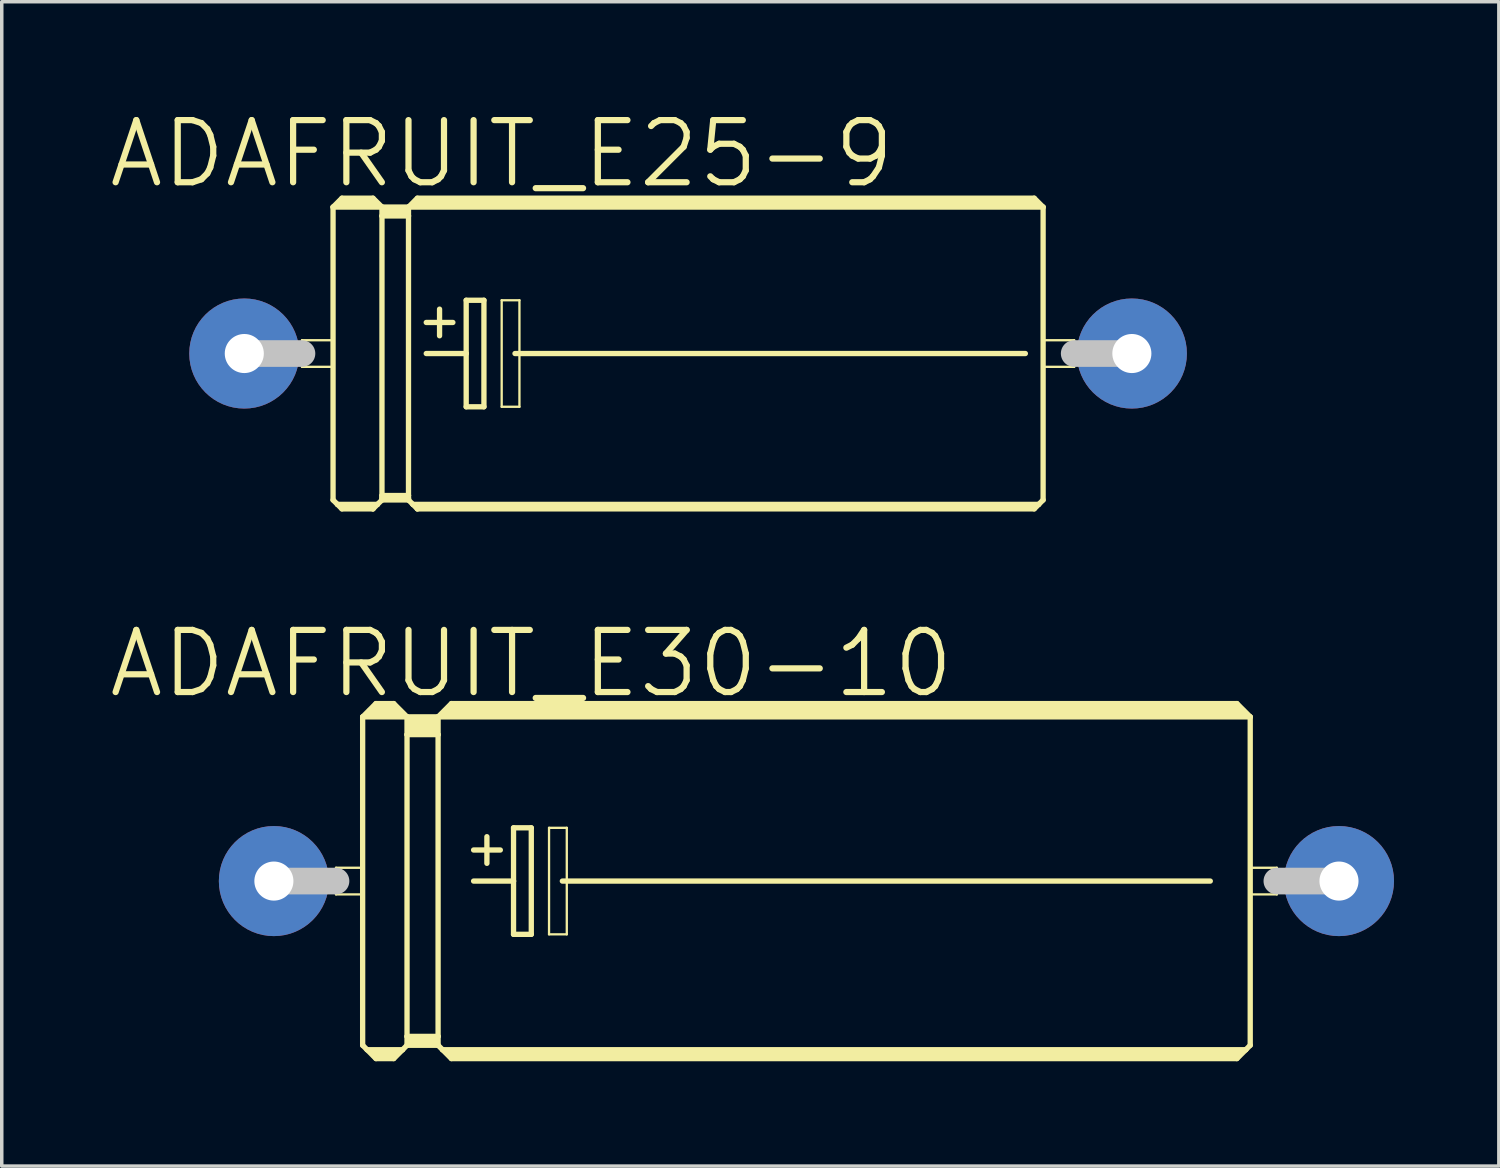
<source format=kicad_pcb>
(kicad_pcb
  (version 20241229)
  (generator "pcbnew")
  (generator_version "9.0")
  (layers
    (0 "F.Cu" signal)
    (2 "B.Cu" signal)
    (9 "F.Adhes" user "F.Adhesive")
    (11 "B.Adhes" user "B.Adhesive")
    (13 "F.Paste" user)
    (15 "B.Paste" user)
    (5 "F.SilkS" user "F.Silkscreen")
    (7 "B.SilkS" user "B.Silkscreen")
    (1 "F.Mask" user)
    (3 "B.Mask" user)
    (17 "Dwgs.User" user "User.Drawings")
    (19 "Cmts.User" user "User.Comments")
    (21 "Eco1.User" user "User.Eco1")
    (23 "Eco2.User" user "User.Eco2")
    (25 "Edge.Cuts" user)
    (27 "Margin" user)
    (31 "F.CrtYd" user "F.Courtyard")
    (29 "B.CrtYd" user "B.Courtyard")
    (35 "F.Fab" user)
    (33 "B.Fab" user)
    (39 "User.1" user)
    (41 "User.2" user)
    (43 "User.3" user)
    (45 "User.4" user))
  (footprint "ADAFRUIT_E30-10"
    (layer "F.Cu")
    (at 20.028 22.164)
    (property "Reference" "ADAFRUIT_E30-10" (at -7.874 -6.223 0) (layer "F.SilkS") (effects (font (size 1.778 1.778) (thickness 0.178))))
    (attr exclude_from_pos_files exclude_from_bom)
    (fp_line (start -13.462 -0.381) (end -12.7 -0.381) (stroke (width 0.066) (type solid)) (layer "F.SilkS"))
    (fp_line (start -13.462 0.381) (end -13.462 -0.381) (stroke (width 0.066) (type solid)) (layer "F.SilkS"))
    (fp_line (start -13.462 0.381) (end -12.7 0.381) (stroke (width 0.066) (type solid)) (layer "F.SilkS"))
    (fp_line (start -12.7 -4.699) (end -12.7 4.699) (stroke (width 0.152) (type solid)) (layer "F.SilkS"))
    (fp_line (start -12.7 -4.699) (end -12.319 -5.08) (stroke (width 0.152) (type solid)) (layer "F.SilkS"))
    (fp_line (start -12.7 -4.699) (end -11.43 -4.699) (stroke (width 0.152) (type solid)) (layer "F.SilkS"))
    (fp_line (start -12.7 0.381) (end -12.7 -0.381) (stroke (width 0.066) (type solid)) (layer "F.SilkS"))
    (fp_line (start -12.7 4.699) (end -12.573 4.826) (stroke (width 0.152) (type solid)) (layer "F.SilkS"))
    (fp_line (start -12.573 4.826) (end -12.319 5.08) (stroke (width 0.152) (type solid)) (layer "F.SilkS"))
    (fp_line (start -12.573 4.826) (end -11.557 4.826) (stroke (width 0.152) (type solid)) (layer "F.SilkS"))
    (fp_line (start -12.446 -4.826) (end -11.684 -4.826) (stroke (width 0.305) (type solid)) (layer "F.SilkS"))
    (fp_line (start -12.319 -5.08) (end -11.811 -5.08) (stroke (width 0.152) (type solid)) (layer "F.SilkS"))
    (fp_line (start -12.319 -4.953) (end -11.811 -4.953) (stroke (width 0.305) (type solid)) (layer "F.SilkS"))
    (fp_line (start -12.319 4.953) (end -11.811 4.953) (stroke (width 0.305) (type solid)) (layer "F.SilkS"))
    (fp_line (start -12.319 5.08) (end -11.811 5.08) (stroke (width 0.152) (type solid)) (layer "F.SilkS"))
    (fp_line (start -11.557 4.826) (end -11.811 5.08) (stroke (width 0.152) (type solid)) (layer "F.SilkS"))
    (fp_line (start -11.43 -4.699) (end -11.811 -5.08) (stroke (width 0.152) (type solid)) (layer "F.SilkS"))
    (fp_line (start -11.43 -4.699) (end -11.43 -4.191) (stroke (width 0.152) (type solid)) (layer "F.SilkS"))
    (fp_line (start -11.43 -4.699) (end -10.541 -4.699) (stroke (width 0.152) (type solid)) (layer "F.SilkS"))
    (fp_line (start -11.43 -4.191) (end -11.43 4.445) (stroke (width 0.152) (type solid)) (layer "F.SilkS"))
    (fp_line (start -11.43 -4.191) (end -10.541 -4.191) (stroke (width 0.152) (type solid)) (layer "F.SilkS"))
    (fp_line (start -11.43 4.445) (end -11.43 4.699) (stroke (width 0.152) (type solid)) (layer "F.SilkS"))
    (fp_line (start -11.43 4.445) (end -10.541 4.445) (stroke (width 0.152) (type solid)) (layer "F.SilkS"))
    (fp_line (start -11.43 4.699) (end -11.557 4.826) (stroke (width 0.152) (type solid)) (layer "F.SilkS"))
    (fp_line (start -11.43 4.699) (end -10.541 4.699) (stroke (width 0.152) (type solid)) (layer "F.SilkS"))
    (fp_line (start -11.303 -4.572) (end -10.668 -4.572) (stroke (width 0.305) (type solid)) (layer "F.SilkS"))
    (fp_line (start -11.303 -4.318) (end -10.668 -4.318) (stroke (width 0.305) (type solid)) (layer "F.SilkS"))
    (fp_line (start -11.303 4.572) (end -10.668 4.572) (stroke (width 0.305) (type solid)) (layer "F.SilkS"))
    (fp_line (start -10.541 -4.699) (end -10.541 -4.191) (stroke (width 0.152) (type solid)) (layer "F.SilkS"))
    (fp_line (start -10.541 -4.699) (end -10.16 -5.08) (stroke (width 0.152) (type solid)) (layer "F.SilkS"))
    (fp_line (start -10.541 -4.699) (end 12.7 -4.699) (stroke (width 0.152) (type solid)) (layer "F.SilkS"))
    (fp_line (start -10.541 -4.191) (end -10.541 4.445) (stroke (width 0.152) (type solid)) (layer "F.SilkS"))
    (fp_line (start -10.541 4.445) (end -10.541 4.699) (stroke (width 0.152) (type solid)) (layer "F.SilkS"))
    (fp_line (start -10.414 4.826) (end -10.541 4.699) (stroke (width 0.152) (type solid)) (layer "F.SilkS"))
    (fp_line (start -10.414 4.826) (end 12.573 4.826) (stroke (width 0.152) (type solid)) (layer "F.SilkS"))
    (fp_line (start -10.287 -4.826) (end 12.446 -4.826) (stroke (width 0.305) (type solid)) (layer "F.SilkS"))
    (fp_line (start -10.16 -4.953) (end 12.319 -4.953) (stroke (width 0.305) (type solid)) (layer "F.SilkS"))
    (fp_line (start -10.16 4.953) (end 12.319 4.953) (stroke (width 0.305) (type solid)) (layer "F.SilkS"))
    (fp_line (start -10.16 5.08) (end -10.414 4.826) (stroke (width 0.152) (type solid)) (layer "F.SilkS"))
    (fp_line (start -9.525 -0.889) (end -8.76 -0.889) (stroke (width 0.152) (type solid)) (layer "F.SilkS"))
    (fp_line (start -9.525 0) (end -8.382 0) (stroke (width 0.152) (type solid)) (layer "F.SilkS"))
    (fp_line (start -9.144 -1.27) (end -9.144 -0.508) (stroke (width 0.152) (type solid)) (layer "F.SilkS"))
    (fp_line (start -8.382 -1.524) (end -8.382 0) (stroke (width 0.152) (type solid)) (layer "F.SilkS"))
    (fp_line (start -8.382 0) (end -8.382 1.524) (stroke (width 0.152) (type solid)) (layer "F.SilkS"))
    (fp_line (start -8.382 1.524) (end -7.874 1.524) (stroke (width 0.152) (type solid)) (layer "F.SilkS"))
    (fp_line (start -7.874 -1.524) (end -8.382 -1.524) (stroke (width 0.152) (type solid)) (layer "F.SilkS"))
    (fp_line (start -7.874 1.524) (end -7.874 -1.524) (stroke (width 0.152) (type solid)) (layer "F.SilkS"))
    (fp_line (start -7.366 -1.524) (end -6.858 -1.524) (stroke (width 0.066) (type solid)) (layer "F.SilkS"))
    (fp_line (start -7.366 1.524) (end -7.366 -1.524) (stroke (width 0.066) (type solid)) (layer "F.SilkS"))
    (fp_line (start -7.366 1.524) (end -6.858 1.524) (stroke (width 0.066) (type solid)) (layer "F.SilkS"))
    (fp_line (start -6.985 0) (end 11.557 0) (stroke (width 0.152) (type solid)) (layer "F.SilkS"))
    (fp_line (start -6.858 1.524) (end -6.858 -1.524) (stroke (width 0.066) (type solid)) (layer "F.SilkS"))
    (fp_line (start 12.319 -5.08) (end -10.16 -5.08) (stroke (width 0.152) (type solid)) (layer "F.SilkS"))
    (fp_line (start 12.319 5.08) (end -10.16 5.08) (stroke (width 0.152) (type solid)) (layer "F.SilkS"))
    (fp_line (start 12.573 4.826) (end 12.319 5.08) (stroke (width 0.152) (type solid)) (layer "F.SilkS"))
    (fp_line (start 12.7 -4.699) (end 12.319 -5.08) (stroke (width 0.152) (type solid)) (layer "F.SilkS"))
    (fp_line (start 12.7 -4.699) (end 12.7 4.699) (stroke (width 0.152) (type solid)) (layer "F.SilkS"))
    (fp_line (start 12.7 -0.381) (end 13.462 -0.381) (stroke (width 0.066) (type solid)) (layer "F.SilkS"))
    (fp_line (start 12.7 0.381) (end 12.7 -0.381) (stroke (width 0.066) (type solid)) (layer "F.SilkS"))
    (fp_line (start 12.7 0.381) (end 13.462 0.381) (stroke (width 0.066) (type solid)) (layer "F.SilkS"))
    (fp_line (start 12.7 4.699) (end 12.573 4.826) (stroke (width 0.152) (type solid)) (layer "F.SilkS"))
    (fp_line (start 13.462 0.381) (end 13.462 -0.381) (stroke (width 0.066) (type solid)) (layer "F.SilkS"))
    (fp_line (start -15.24 0) (end -13.462 0) (stroke (width 0.762) (type solid)) (layer "Dwgs.User"))
    (fp_line (start 15.24 0) (end 13.462 0) (stroke (width 0.762) (type solid)) (layer "Dwgs.User"))
    (pad "+" thru_hole circle (at -15.24 0) (size 3.15 3.15) (drill 1.118) (layers "*.Cu" "*.Paste" "*.Mask"))
    (pad "-" thru_hole circle (at 15.24 0) (size 3.15 3.15) (drill 1.118) (layers "*.Cu" "*.Paste" "*.Mask")))
  (footprint "ADAFRUIT_E25-9"
    (layer "F.Cu")
    (at 16.641 7.067)
    (property "Reference" "ADAFRUIT_E25-9" (at -5.334 -5.715 0) (layer "F.SilkS") (effects (font (size 1.778 1.778) (thickness 0.178))))
    (attr exclude_from_pos_files exclude_from_bom)
    (fp_line (start -11.049 -0.381) (end -10.16 -0.381) (stroke (width 0.066) (type solid)) (layer "F.SilkS"))
    (fp_line (start -11.049 0.381) (end -11.049 -0.381) (stroke (width 0.066) (type solid)) (layer "F.SilkS"))
    (fp_line (start -11.049 0.381) (end -10.16 0.381) (stroke (width 0.066) (type solid)) (layer "F.SilkS"))
    (fp_line (start -10.16 -4.191) (end -10.16 4.191) (stroke (width 0.152) (type solid)) (layer "F.SilkS"))
    (fp_line (start -10.16 -4.191) (end -9.906 -4.445) (stroke (width 0.152) (type solid)) (layer "F.SilkS"))
    (fp_line (start -10.16 -4.191) (end -8.76 -4.191) (stroke (width 0.152) (type solid)) (layer "F.SilkS"))
    (fp_line (start -10.16 0.381) (end -10.16 -0.381) (stroke (width 0.066) (type solid)) (layer "F.SilkS"))
    (fp_line (start -10.16 4.191) (end -10.033 4.318) (stroke (width 0.152) (type solid)) (layer "F.SilkS"))
    (fp_line (start -10.033 4.318) (end -9.906 4.445) (stroke (width 0.152) (type solid)) (layer "F.SilkS"))
    (fp_line (start -10.033 4.318) (end -8.89 4.318) (stroke (width 0.152) (type solid)) (layer "F.SilkS"))
    (fp_line (start -9.906 -4.445) (end -9.017 -4.445) (stroke (width 0.152) (type solid)) (layer "F.SilkS"))
    (fp_line (start -9.906 -4.318) (end -9.017 -4.318) (stroke (width 0.305) (type solid)) (layer "F.SilkS"))
    (fp_line (start -9.906 4.392) (end -9.017 4.392) (stroke (width 0.152) (type solid)) (layer "F.SilkS"))
    (fp_line (start -9.906 4.445) (end -9.017 4.445) (stroke (width 0.152) (type solid)) (layer "F.SilkS"))
    (fp_line (start -9.017 -4.445) (end -8.76 -4.191) (stroke (width 0.152) (type solid)) (layer "F.SilkS"))
    (fp_line (start -9.017 4.392) (end -9.017 4.445) (stroke (width 0.152) (type solid)) (layer "F.SilkS"))
    (fp_line (start -9.017 4.445) (end -8.89 4.318) (stroke (width 0.152) (type solid)) (layer "F.SilkS"))
    (fp_line (start -8.89 4.318) (end -8.76 4.191) (stroke (width 0.152) (type solid)) (layer "F.SilkS"))
    (fp_line (start -8.76 -4.191) (end -8.76 -3.937) (stroke (width 0.152) (type solid)) (layer "F.SilkS"))
    (fp_line (start -8.76 -3.937) (end -8.001 -3.937) (stroke (width 0.152) (type solid)) (layer "F.SilkS"))
    (fp_line (start -8.76 4.064) (end -8.76 -3.937) (stroke (width 0.152) (type solid)) (layer "F.SilkS"))
    (fp_line (start -8.76 4.064) (end -8.001 4.064) (stroke (width 0.152) (type solid)) (layer "F.SilkS"))
    (fp_line (start -8.76 4.14) (end -8.76 4.064) (stroke (width 0.152) (type solid)) (layer "F.SilkS"))
    (fp_line (start -8.76 4.14) (end -8.001 4.14) (stroke (width 0.152) (type solid)) (layer "F.SilkS"))
    (fp_line (start -8.76 4.191) (end -8.76 4.14) (stroke (width 0.152) (type solid)) (layer "F.SilkS"))
    (fp_line (start -8.636 -4.064) (end -8.128 -4.064) (stroke (width 0.305) (type solid)) (layer "F.SilkS"))
    (fp_line (start -8.001 -4.191) (end -8.76 -4.191) (stroke (width 0.152) (type solid)) (layer "F.SilkS"))
    (fp_line (start -8.001 -4.191) (end -8.001 -3.937) (stroke (width 0.152) (type solid)) (layer "F.SilkS"))
    (fp_line (start -8.001 -4.191) (end 10.16 -4.191) (stroke (width 0.152) (type solid)) (layer "F.SilkS"))
    (fp_line (start -8.001 4.064) (end -8.001 -3.937) (stroke (width 0.152) (type solid)) (layer "F.SilkS"))
    (fp_line (start -8.001 4.14) (end -8.001 4.064) (stroke (width 0.152) (type solid)) (layer "F.SilkS"))
    (fp_line (start -8.001 4.191) (end -8.76 4.191) (stroke (width 0.152) (type solid)) (layer "F.SilkS"))
    (fp_line (start -8.001 4.191) (end -8.001 4.14) (stroke (width 0.152) (type solid)) (layer "F.SilkS"))
    (fp_line (start -7.874 4.318) (end -8.001 4.191) (stroke (width 0.152) (type solid)) (layer "F.SilkS"))
    (fp_line (start -7.874 4.318) (end 10.033 4.318) (stroke (width 0.152) (type solid)) (layer "F.SilkS"))
    (fp_line (start -7.747 -4.445) (end -8.001 -4.191) (stroke (width 0.152) (type solid)) (layer "F.SilkS"))
    (fp_line (start -7.747 -4.445) (end 9.906 -4.445) (stroke (width 0.152) (type solid)) (layer "F.SilkS"))
    (fp_line (start -7.747 -4.318) (end 9.906 -4.318) (stroke (width 0.305) (type solid)) (layer "F.SilkS"))
    (fp_line (start -7.747 4.392) (end 9.906 4.392) (stroke (width 0.152) (type solid)) (layer "F.SilkS"))
    (fp_line (start -7.747 4.445) (end -7.874 4.318) (stroke (width 0.152) (type solid)) (layer "F.SilkS"))
    (fp_line (start -7.747 4.445) (end -7.747 4.392) (stroke (width 0.152) (type solid)) (layer "F.SilkS"))
    (fp_line (start -7.747 4.445) (end 9.906 4.445) (stroke (width 0.152) (type solid)) (layer "F.SilkS"))
    (fp_line (start -7.493 -0.889) (end -6.731 -0.889) (stroke (width 0.152) (type solid)) (layer "F.SilkS"))
    (fp_line (start -7.493 0) (end -6.35 0) (stroke (width 0.152) (type solid)) (layer "F.SilkS"))
    (fp_line (start -7.112 -1.27) (end -7.112 -0.508) (stroke (width 0.152) (type solid)) (layer "F.SilkS"))
    (fp_line (start -6.35 -1.524) (end -6.35 0) (stroke (width 0.152) (type solid)) (layer "F.SilkS"))
    (fp_line (start -6.35 0) (end -6.35 1.524) (stroke (width 0.152) (type solid)) (layer "F.SilkS"))
    (fp_line (start -6.35 1.524) (end -5.842 1.524) (stroke (width 0.152) (type solid)) (layer "F.SilkS"))
    (fp_line (start -5.842 -1.524) (end -6.35 -1.524) (stroke (width 0.152) (type solid)) (layer "F.SilkS"))
    (fp_line (start -5.842 1.524) (end -5.842 -1.524) (stroke (width 0.152) (type solid)) (layer "F.SilkS"))
    (fp_line (start -5.334 -1.524) (end -4.826 -1.524) (stroke (width 0.066) (type solid)) (layer "F.SilkS"))
    (fp_line (start -5.334 1.524) (end -5.334 -1.524) (stroke (width 0.066) (type solid)) (layer "F.SilkS"))
    (fp_line (start -5.334 1.524) (end -4.826 1.524) (stroke (width 0.066) (type solid)) (layer "F.SilkS"))
    (fp_line (start -4.953 0) (end 9.652 0) (stroke (width 0.152) (type solid)) (layer "F.SilkS"))
    (fp_line (start -4.826 1.524) (end -4.826 -1.524) (stroke (width 0.066) (type solid)) (layer "F.SilkS"))
    (fp_line (start 9.906 -4.445) (end 10.16 -4.191) (stroke (width 0.152) (type solid)) (layer "F.SilkS"))
    (fp_line (start 9.906 4.445) (end 10.033 4.318) (stroke (width 0.152) (type solid)) (layer "F.SilkS"))
    (fp_line (start 10.033 4.318) (end 10.16 4.191) (stroke (width 0.152) (type solid)) (layer "F.SilkS"))
    (fp_line (start 10.16 -0.381) (end 11.049 -0.381) (stroke (width 0.066) (type solid)) (layer "F.SilkS"))
    (fp_line (start 10.16 0.381) (end 10.16 -0.381) (stroke (width 0.066) (type solid)) (layer "F.SilkS"))
    (fp_line (start 10.16 0.381) (end 11.049 0.381) (stroke (width 0.066) (type solid)) (layer "F.SilkS"))
    (fp_line (start 10.16 4.191) (end 10.16 -4.191) (stroke (width 0.152) (type solid)) (layer "F.SilkS"))
    (fp_line (start 11.049 0.381) (end 11.049 -0.381) (stroke (width 0.066) (type solid)) (layer "F.SilkS"))
    (fp_line (start -12.7 0) (end -11.049 0) (stroke (width 0.762) (type solid)) (layer "Dwgs.User"))
    (fp_line (start 12.7 0) (end 11.049 0) (stroke (width 0.762) (type solid)) (layer "Dwgs.User"))
    (pad "+" thru_hole circle (at -12.7 0) (size 3.15 3.15) (drill 1.118) (layers "*.Cu" "*.Paste" "*.Mask"))
    (pad "-" thru_hole circle (at 12.7 0) (size 3.15 3.15) (drill 1.118) (layers "*.Cu" "*.Paste" "*.Mask")))
  (gr_rect
    (start -3 -3)
    (end 39.843 30.32)
    (stroke (width 0.1) (type default))
    (fill no)
    (layer "Edge.Cuts")))
</source>
